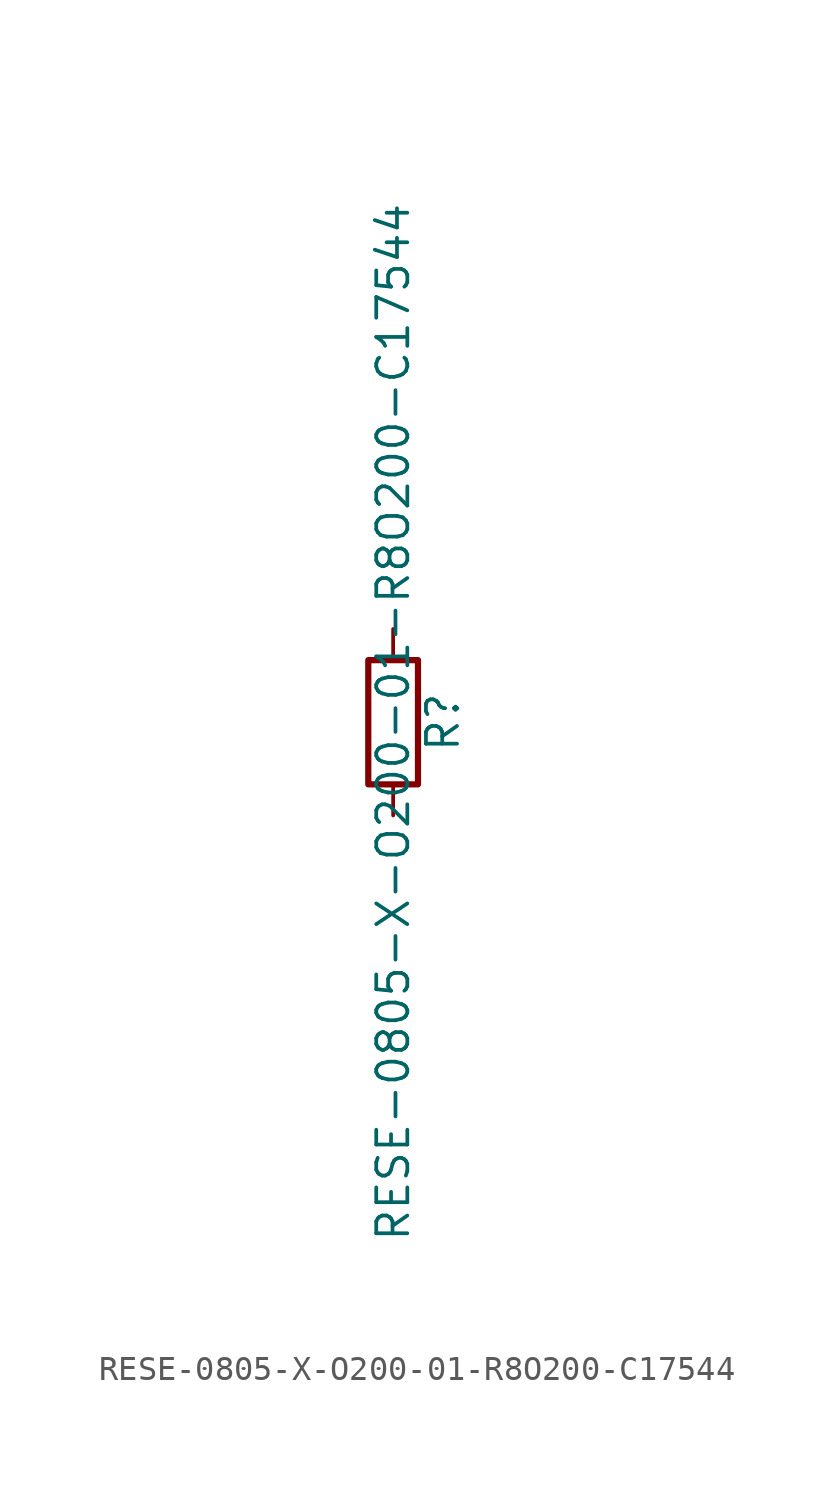
<source format=kicad_sym>
(kicad_symbol_lib
  (version 20211014)
  (generator kicad_symbol_editor)
  (symbol "RESE-0805-X-O200-01-R8O200-C17544"
    (pin_numbers hide)
    (pin_names
      (offset 0))
    (property "Reference" "R"
      (at 2.032 0 90)
      (effects (font (size 1.27 1.27))))
    (property "Value" "RESE-0805-X-O200-01-R8O200-C17544"
      (at 0 0 90)
      (effects (font (size 1.27 1.27))))
    (symbol "RESE-0805-X-O200-01-R8O200-C17544_0_1"
      (rectangle (start -1.016 -2.54) (end 1.016 2.54) (stroke (width 0.254) (type default) (color 0 0 0 0)) (fill (type none))))
    (symbol "RESE-0805-X-O200-01-R8O200-C17544_1_1"
      (pin passive line (at 0 3.81 270) (length 1.27) (name "~" (effects (font (size 1.27 1.27)))) (number "1" (effects (font (size 1.27 1.27)))))
      (pin passive line (at 0 -3.81 90) (length 1.27) (name "~" (effects (font (size 1.27 1.27)))) (number "2" (effects (font (size 1.27 1.27))))))))
</source>
